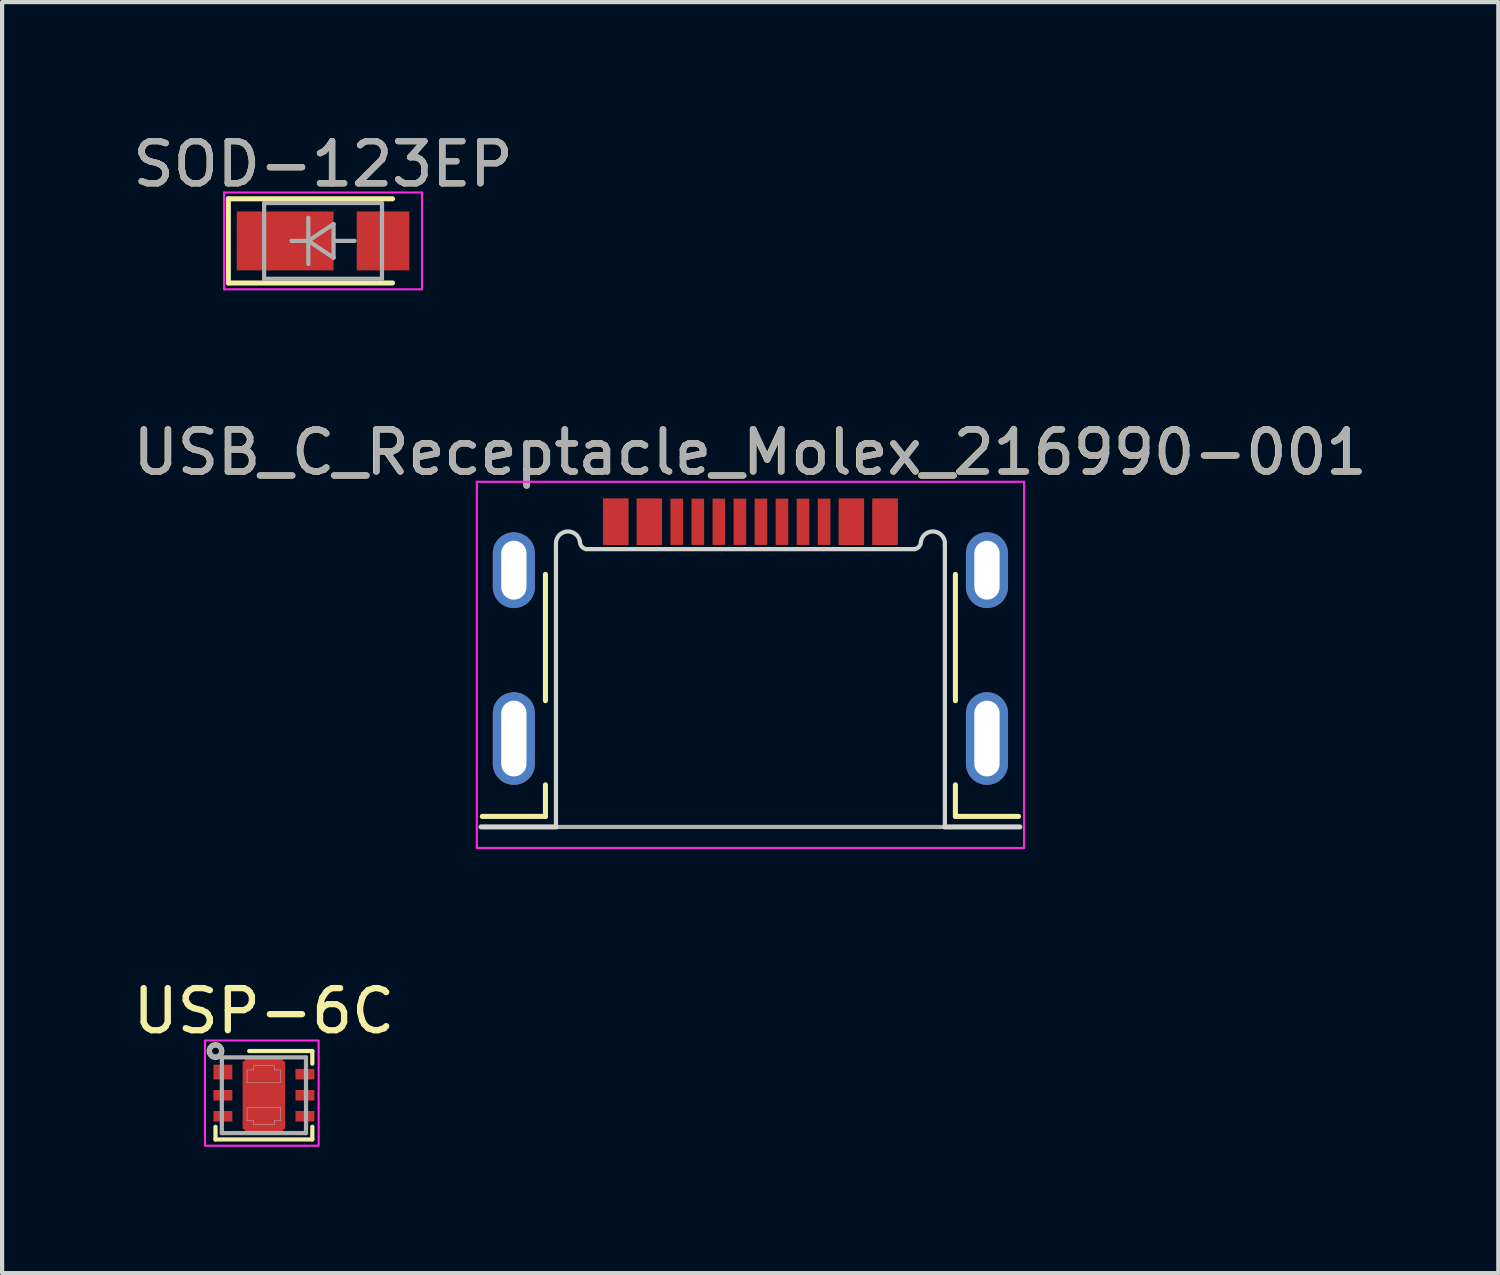
<source format=kicad_pcb>
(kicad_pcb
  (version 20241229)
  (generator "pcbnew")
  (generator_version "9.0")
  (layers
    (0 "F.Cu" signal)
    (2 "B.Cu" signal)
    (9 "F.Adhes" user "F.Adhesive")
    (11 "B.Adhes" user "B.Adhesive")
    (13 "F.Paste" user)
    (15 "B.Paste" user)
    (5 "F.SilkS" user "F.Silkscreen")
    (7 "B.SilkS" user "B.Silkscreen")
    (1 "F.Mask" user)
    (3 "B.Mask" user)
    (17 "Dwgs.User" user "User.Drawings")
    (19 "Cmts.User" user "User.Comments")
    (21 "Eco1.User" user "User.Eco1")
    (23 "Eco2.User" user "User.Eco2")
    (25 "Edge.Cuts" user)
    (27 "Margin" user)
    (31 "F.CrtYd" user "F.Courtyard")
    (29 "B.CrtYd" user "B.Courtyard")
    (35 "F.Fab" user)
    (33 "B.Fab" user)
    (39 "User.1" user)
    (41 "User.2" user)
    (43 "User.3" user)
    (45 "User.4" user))
  (footprint "SOD-123EP"
    (layer "F.Cu")
    (at 4.625 2.673)
    (property "Reference" "SOD-123EP" (at 0 -1.825 0) (unlocked yes) (layer "F.SilkS") (effects (font (size 1 1) (thickness 0.15))))
    (attr smd)
    (fp_line (start -2.25 -1) (end -2.25 1) (stroke (width 0.12) (type solid)) (layer "F.SilkS"))
    (fp_line (start -2.25 -1) (end 1.65 -1) (stroke (width 0.12) (type solid)) (layer "F.SilkS"))
    (fp_line (start -2.25 1) (end 1.65 1) (stroke (width 0.12) (type solid)) (layer "F.SilkS"))
    (fp_line (start -2.35 -1.15) (end -2.35 1.15) (stroke (width 0.05) (type solid)) (layer "F.CrtYd"))
    (fp_line (start -2.35 -1.15) (end 2.35 -1.15) (stroke (width 0.05) (type solid)) (layer "F.CrtYd"))
    (fp_line (start 2.35 -1.15) (end 2.35 1.15) (stroke (width 0.05) (type solid)) (layer "F.CrtYd"))
    (fp_line (start 2.35 1.15) (end -2.35 1.15) (stroke (width 0.05) (type solid)) (layer "F.CrtYd"))
    (fp_line (start -1.4 -0.9) (end 1.4 -0.9) (stroke (width 0.1) (type solid)) (layer "F.Fab"))
    (fp_line (start -1.4 0.9) (end -1.4 -0.9) (stroke (width 0.1) (type solid)) (layer "F.Fab"))
    (fp_line (start -0.75 0) (end -0.35 0) (stroke (width 0.1) (type solid)) (layer "F.Fab"))
    (fp_line (start -0.35 0) (end -0.35 -0.55) (stroke (width 0.1) (type solid)) (layer "F.Fab"))
    (fp_line (start -0.35 0) (end -0.35 0.55) (stroke (width 0.1) (type solid)) (layer "F.Fab"))
    (fp_line (start -0.35 0) (end 0.25 -0.4) (stroke (width 0.1) (type solid)) (layer "F.Fab"))
    (fp_line (start 0.25 -0.4) (end 0.25 0.4) (stroke (width 0.1) (type solid)) (layer "F.Fab"))
    (fp_line (start 0.25 0) (end 0.75 0) (stroke (width 0.1) (type solid)) (layer "F.Fab"))
    (fp_line (start 0.25 0.4) (end -0.35 0) (stroke (width 0.1) (type solid)) (layer "F.Fab"))
    (fp_line (start 1.4 -0.9) (end 1.4 0.9) (stroke (width 0.1) (type solid)) (layer "F.Fab"))
    (fp_line (start 1.4 0.9) (end -1.4 0.9) (stroke (width 0.1) (type solid)) (layer "F.Fab"))
    (fp_text user "${REFERENCE}" (at 0 -1.825 0) (unlocked yes) (layer "F.Fab") (effects (font (size 1 1) (thickness 0.15))))
    (pad "1" smd rect (at -0.9 0) (size 2.3 1.4) (layers "F.Cu" "F.Mask" "F.Paste"))
    (pad "2" smd rect (at 1.425 0) (size 1.25 1.4) (layers "F.Cu" "F.Mask" "F.Paste")))
  (footprint "USB_C_Receptacle_Molex_216990-001"
    (layer "F.Cu")
    (at 14.778 16.596)
    (property "Reference" "USB_C_Receptacle_Molex_216990-001" (at -0.01 -8.9 0) (unlocked yes) (layer "F.SilkS") (effects (font (size 1 1) (thickness 0.15))))
    (attr smd)
    (fp_line (start -4.87 -6) (end -4.87 -3) (stroke (width 0.12) (type solid)) (layer "F.SilkS"))
    (fp_line (start -4.87 -1) (end -4.87 -0.25) (stroke (width 0.12) (type solid)) (layer "F.SilkS"))
    (fp_line (start -4.87 -0.25) (end -6.37 -0.25) (stroke (width 0.12) (type solid)) (layer "F.SilkS"))
    (fp_line (start 4.87 -6) (end 4.87 -3) (stroke (width 0.12) (type solid)) (layer "F.SilkS"))
    (fp_line (start 4.87 -1) (end 4.87 -0.25) (stroke (width 0.12) (type solid)) (layer "F.SilkS"))
    (fp_line (start 4.87 -0.25) (end 6.37 -0.25) (stroke (width 0.12) (type solid)) (layer "F.SilkS"))
    (fp_line (start -4.62 -6.7) (end -4.62 0) (stroke (width 0.1) (type solid)) (layer "Edge.Cuts"))
    (fp_line (start -4.62 0) (end -6.4 0) (stroke (width 0.12) (type solid)) (layer "Edge.Cuts"))
    (fp_line (start -3.9 -6.6) (end 3.9 -6.6) (stroke (width 0.1) (type solid)) (layer "Edge.Cuts"))
    (fp_line (start 4.62 -6.7) (end 4.62 0) (stroke (width 0.1) (type solid)) (layer "Edge.Cuts"))
    (fp_line (start 6.4 0) (end 4.62 0) (stroke (width 0.12) (type solid)) (layer "Edge.Cuts"))
    (fp_arc (start -4.62 -6.7) (mid -4.371918 -7.018073) (end -4.05 -6.775) (stroke (width 0.1) (type solid)) (layer "Edge.Cuts"))
    (fp_arc (start -3.9 -6.6) (mid -4.006834 -6.660214) (end -4.05 -6.775) (stroke (width 0.1) (type solid)) (layer "Edge.Cuts"))
    (fp_arc (start 4.05 -6.775) (mid 4.006834 -6.660213) (end 3.9 -6.6) (stroke (width 0.1) (type solid)) (layer "Edge.Cuts"))
    (fp_arc (start 4.05 -6.775) (mid 4.371918 -7.018073) (end 4.62 -6.7) (stroke (width 0.1) (type solid)) (layer "Edge.Cuts"))
    (fp_line (start -6.5 -8.2) (end -6.5 0.5) (stroke (width 0.05) (type solid)) (layer "F.CrtYd"))
    (fp_line (start -6.5 -8.2) (end 6.5 -8.2) (stroke (width 0.05) (type solid)) (layer "F.CrtYd"))
    (fp_line (start -6.5 0.5) (end 6.5 0.5) (stroke (width 0.05) (type solid)) (layer "F.CrtYd"))
    (fp_line (start 6.5 -8.2) (end 6.5 0.5) (stroke (width 0.05) (type solid)) (layer "F.CrtYd"))
    (fp_line (start -4.62 0) (end 4.62 0) (stroke (width 0.1) (type solid)) (layer "F.Fab"))
    (fp_text user "${REFERENCE}" (at 0 -8.9 0) (unlocked yes) (layer "F.Fab") (effects (font (size 1 1) (thickness 0.15))))
    (pad "A1" smd rect (at -3.2 -7.25) (size 0.6 1.1) (layers "F.Cu" "F.Mask" "F.Paste"))
    (pad "A4" smd rect (at -2.4 -7.25) (size 0.6 1.1) (layers "F.Cu" "F.Mask" "F.Paste"))
    (pad "A5" smd rect (at -1.25 -7.25) (size 0.3 1.1) (layers "F.Cu" "F.Mask" "F.Paste"))
    (pad "A6" smd rect (at -0.25 -7.25) (size 0.3 1.1) (layers "F.Cu" "F.Mask" "F.Paste"))
    (pad "A7" smd rect (at 0.25 -7.25) (size 0.3 1.1) (layers "F.Cu" "F.Mask" "F.Paste"))
    (pad "A8" smd rect (at 1.25 -7.25) (size 0.3 1.1) (layers "F.Cu" "F.Mask" "F.Paste"))
    (pad "A9" smd rect (at 2.4 -7.25) (size 0.6 1.1) (layers "F.Cu" "F.Mask" "F.Paste"))
    (pad "A12" smd rect (at 3.2 -7.25) (size 0.6 1.1) (layers "F.Cu" "F.Mask" "F.Paste"))
    (pad "B1" smd rect (at 3.2 -7.25) (size 0.6 1.1) (layers "F.Cu" "F.Mask" "F.Paste"))
    (pad "B4" smd rect (at 2.4 -7.25) (size 0.6 1.1) (layers "F.Cu" "F.Mask" "F.Paste"))
    (pad "B5" smd rect (at 1.75 -7.25) (size 0.3 1.1) (layers "F.Cu" "F.Mask" "F.Paste"))
    (pad "B6" smd rect (at 0.75 -7.25) (size 0.3 1.1) (layers "F.Cu" "F.Mask" "F.Paste"))
    (pad "B7" smd rect (at -0.75 -7.25) (size 0.3 1.1) (layers "F.Cu" "F.Mask" "F.Paste"))
    (pad "B8" smd rect (at -1.75 -7.25) (size 0.3 1.1) (layers "F.Cu" "F.Mask" "F.Paste"))
    (pad "B9" smd rect (at -2.4 -7.25) (size 0.6 1.1) (layers "F.Cu" "F.Mask" "F.Paste"))
    (pad "B12" smd rect (at -3.2 -7.25) (size 0.6 1.1) (layers "F.Cu" "F.Mask" "F.Paste"))
    (pad "S1" thru_hole oval (at -5.62 -6.1) (size 1 1.8) (drill oval 0.6 1.4) (layers "*.Cu" "*.Mask"))
    (pad "S1" thru_hole oval (at -5.62 -2.1) (size 1 2.2) (drill oval 0.6 1.8) (layers "*.Cu" "*.Mask"))
    (pad "S1" thru_hole oval (at 5.62 -6.1) (size 1 1.8) (drill oval 0.6 1.4) (layers "*.Cu" "*.Mask"))
    (pad "S1" thru_hole oval (at 5.62 -2.1) (size 1 2.2) (drill oval 0.6 1.8) (layers "*.Cu" "*.Mask")))
  (footprint "USP-6C"
    (layer "F.Cu")
    (at 3.22 22.97)
    (property "Reference" "USP-6C" (at 0 -2 0) (unlocked yes) (layer "F.SilkS") (effects (font (size 1 1) (thickness 0.15))))
    (attr smd)
    (fp_line (start -1.15 1.05) (end -1.15 0.75) (stroke (width 0.1) (type solid)) (layer "F.SilkS"))
    (fp_line (start -1.15 1.05) (end 1.15 1.05) (stroke (width 0.1) (type solid)) (layer "F.SilkS"))
    (fp_line (start 1.15 -1.05) (end -0.35 -1.05) (stroke (width 0.1) (type solid)) (layer "F.SilkS"))
    (fp_line (start 1.15 -1.05) (end 1.15 -0.75) (stroke (width 0.1) (type solid)) (layer "F.SilkS"))
    (fp_line (start 1.15 1.05) (end 1.15 0.75) (stroke (width 0.1) (type solid)) (layer "F.SilkS"))
    (fp_circle (center -1.15 -1.05) (end -1 -1.05) (stroke (width 0.12) (type solid)) (fill no) (layer "F.SilkS"))
    (fp_rect (start -1.15 -0.725) (end -0.85 -0.375) (stroke (width 0) (type solid)) (fill yes) (layer "F.Paste"))
    (fp_rect (start -1.15 -0.125) (end -0.85 0.125) (stroke (width 0) (type solid)) (fill yes) (layer "F.Paste"))
    (fp_rect (start -1.15 0.375) (end -0.85 0.625) (stroke (width 0) (type solid)) (fill yes) (layer "F.Paste"))
    (fp_rect (start 0.85 -0.625) (end 1.15 -0.375) (stroke (width 0) (type solid)) (fill yes) (layer "F.Paste"))
    (fp_rect (start 0.85 -0.125) (end 1.15 0.125) (stroke (width 0) (type solid)) (fill yes) (layer "F.Paste"))
    (fp_rect (start 0.85 0.375) (end 1.15 0.625) (stroke (width 0) (type solid)) (fill yes) (layer "F.Paste"))
    (fp_poly (pts (xy -0.25 -0.7) (xy -0.25 -0.6) (xy -0.4 -0.6) (xy -0.4 -0.3) (xy 0.4 -0.3) (xy 0.4 -0.6) (xy 0.25 -0.6) (xy 0.25 -0.7)) (stroke (width 0) (type solid)) (fill yes) (layer "F.Paste"))
    (fp_poly (pts (xy 0.4 0.3) (xy -0.4 0.3) (xy -0.4 0.6) (xy -0.25 0.6) (xy -0.25 0.7) (xy 0.25 0.7) (xy 0.25 0.6) (xy 0.4 0.6)) (stroke (width 0) (type solid)) (fill yes) (layer "F.Paste"))
    (fp_line (start -0.4 -0.6) (end -0.4 -0.3) (stroke (width 0.01) (type solid)) (layer "Dwgs.User"))
    (fp_line (start -0.4 -0.6) (end -0.25 -0.6) (stroke (width 0.01) (type solid)) (layer "Dwgs.User"))
    (fp_line (start -0.4 -0.3) (end 0.4 -0.3) (stroke (width 0.01) (type solid)) (layer "Dwgs.User"))
    (fp_line (start -0.4 0.3) (end 0.4 0.3) (stroke (width 0.01) (type solid)) (layer "Dwgs.User"))
    (fp_line (start -0.4 0.6) (end -0.4 0.3) (stroke (width 0.01) (type solid)) (layer "Dwgs.User"))
    (fp_line (start -0.4 0.6) (end -0.25 0.6) (stroke (width 0.01) (type solid)) (layer "Dwgs.User"))
    (fp_line (start -0.25 -0.7) (end 0.25 -0.7) (stroke (width 0.01) (type solid)) (layer "Dwgs.User"))
    (fp_line (start -0.25 -0.6) (end -0.25 -0.7) (stroke (width 0.01) (type solid)) (layer "Dwgs.User"))
    (fp_line (start -0.25 0.6) (end -0.25 0.7) (stroke (width 0.01) (type solid)) (layer "Dwgs.User"))
    (fp_line (start -0.25 0.7) (end 0.25 0.7) (stroke (width 0.01) (type solid)) (layer "Dwgs.User"))
    (fp_line (start 0.25 -0.6) (end 0.25 -0.7) (stroke (width 0.01) (type solid)) (layer "Dwgs.User"))
    (fp_line (start 0.25 0.6) (end 0.25 0.7) (stroke (width 0.01) (type solid)) (layer "Dwgs.User"))
    (fp_line (start 0.4 -0.6) (end 0.25 -0.6) (stroke (width 0.01) (type solid)) (layer "Dwgs.User"))
    (fp_line (start 0.4 -0.3) (end 0.4 -0.6) (stroke (width 0.01) (type solid)) (layer "Dwgs.User"))
    (fp_line (start 0.4 0.3) (end 0.4 0.6) (stroke (width 0.01) (type solid)) (layer "Dwgs.User"))
    (fp_line (start 0.4 0.6) (end 0.25 0.6) (stroke (width 0.01) (type solid)) (layer "Dwgs.User"))
    (fp_rect (start -1.4 -1.3) (end 1.3 1.2) (stroke (width 0.05) (type solid)) (fill no) (layer "F.CrtYd"))
    (fp_line (start -1 -0.9) (end 1 -0.9) (stroke (width 0.1) (type solid)) (layer "F.Fab"))
    (fp_line (start -1 0.9) (end -1 -0.9) (stroke (width 0.1) (type solid)) (layer "F.Fab"))
    (fp_line (start 1 -0.9) (end 1 0.9) (stroke (width 0.1) (type solid)) (layer "F.Fab"))
    (fp_line (start 1 0.9) (end -1 0.9) (stroke (width 0.1) (type solid)) (layer "F.Fab"))
    (fp_circle (center -1.15 -1.05) (end -1.009 -1.05) (stroke (width 0.12) (type solid)) (fill no) (layer "F.Fab"))
    (pad "1" smd rect (at -0.975 -0.55) (size 0.45 0.35) (layers "F.Cu" "F.Mask"))
    (pad "2" smd rect (at -0.975 0) (size 0.45 0.25) (layers "F.Cu" "F.Mask"))
    (pad "3" smd rect (at -0.975 0.5) (size 0.45 0.25) (layers "F.Cu" "F.Mask"))
    (pad "4" smd rect (at 0.975 0.5) (size 0.45 0.25) (layers "F.Cu" "F.Mask"))
    (pad "5" smd rect (at 0.975 0) (size 0.45 0.25) (layers "F.Cu" "F.Mask"))
    (pad "6" smd rect (at 0.975 -0.5) (size 0.45 0.25) (layers "F.Cu" "F.Mask"))
    (pad "7" smd custom (at 0 0) (size 0.4 0.4) (layers "F.Cu" "F.Mask") (options (anchor rect)) (primitives (gr_poly (pts (xy 0.45 -0.8) (xy 0.5 -0.8) (xy 0.5 0.8) (xy 0.45 0.8) (xy 0.45 0.9) (xy -0.45 0.9) (xy -0.45 0.8) (xy -0.5 0.8) (xy -0.5 -0.8) (xy -0.45 -0.8) (xy -0.45 -0.9) (xy 0.45 -0.9)) (width 0.01) (fill yes)))))
  (gr_rect
    (start -3 -3)
    (end 32.546 27.195)
    (stroke (width 0.1) (type default))
    (fill no)
    (layer "Edge.Cuts")))
</source>
